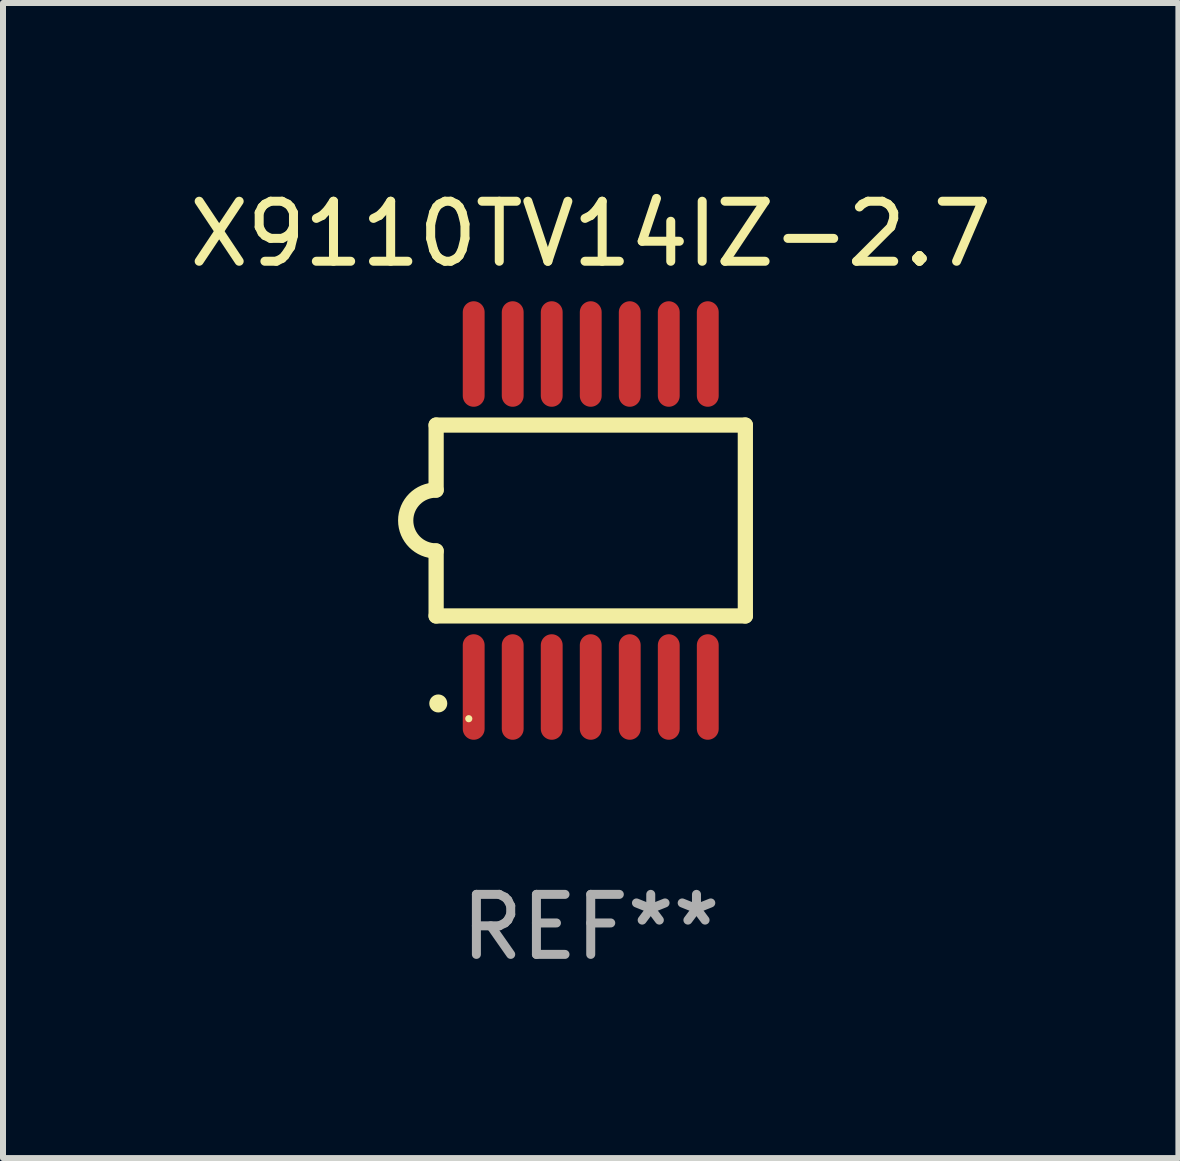
<source format=kicad_pcb>
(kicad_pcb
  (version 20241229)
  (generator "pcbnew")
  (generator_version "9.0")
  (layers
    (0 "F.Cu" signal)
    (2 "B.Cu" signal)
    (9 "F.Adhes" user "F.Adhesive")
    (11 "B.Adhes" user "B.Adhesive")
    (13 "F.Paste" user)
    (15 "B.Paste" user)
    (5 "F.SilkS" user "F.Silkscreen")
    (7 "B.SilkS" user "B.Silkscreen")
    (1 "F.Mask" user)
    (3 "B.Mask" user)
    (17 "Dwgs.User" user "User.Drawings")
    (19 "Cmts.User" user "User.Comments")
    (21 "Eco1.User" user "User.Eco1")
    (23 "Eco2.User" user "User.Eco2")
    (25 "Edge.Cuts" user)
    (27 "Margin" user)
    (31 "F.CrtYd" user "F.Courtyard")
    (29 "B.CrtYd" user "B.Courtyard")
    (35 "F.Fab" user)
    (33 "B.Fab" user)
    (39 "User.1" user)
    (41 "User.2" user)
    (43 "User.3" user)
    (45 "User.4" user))
  (footprint "X9110TV14IZ-2.7"
    (layer "F.Cu")
    (at 6.792 5.622)
    (property "Reference" "X9110TV14IZ-2.7" (at 0 -4.774 0) (layer "F.SilkS") (effects (font (size 1 1) (thickness 0.15))))
    (attr through_hole)
    (fp_line (start -2.576 -1.59) (end -2.576 -0.508) (stroke (width 0.254) (type solid)) (layer "F.SilkS"))
    (fp_line (start -2.576 -1.59) (end 2.576 -1.59) (stroke (width 0.254) (type solid)) (layer "F.SilkS"))
    (fp_line (start -2.576 1.59) (end -2.576 0.508) (stroke (width 0.254) (type solid)) (layer "F.SilkS"))
    (fp_line (start 2.576 -1.59) (end 2.576 1.59) (stroke (width 0.254) (type solid)) (layer "F.SilkS"))
    (fp_line (start 2.576 1.59) (end -2.576 1.59) (stroke (width 0.254) (type solid)) (layer "F.SilkS"))
    (fp_arc (start -2.576099 0.506706) (mid -3.081511 0) (end -2.576098 -0.506706) (stroke (width 0.254001) (type solid)) (layer "F.SilkS"))
    (fp_circle (center -2.54 3.048) (end -2.465 3.048) (stroke (width 0.15) (type solid)) (fill no) (layer "F.SilkS"))
    (fp_circle (center -2.032 3.302) (end -2.002 3.302) (stroke (width 0.06) (type solid)) (fill no) (layer "F.SilkS"))
    (fp_text user "REF**" (at 0 6.774 0) (layer "F.Fab") (effects (font (size 1 1) (thickness 0.15))))
    (pad "1" smd oval (at -1.95 2.774) (size 0.364 1.758) (layers "F.Cu" "F.Mask" "F.Paste"))
    (pad "2" smd oval (at -1.3 2.774) (size 0.364 1.758) (layers "F.Cu" "F.Mask" "F.Paste"))
    (pad "3" smd oval (at -0.65 2.774) (size 0.364 1.758) (layers "F.Cu" "F.Mask" "F.Paste"))
    (pad "4" smd oval (at 0 2.774) (size 0.364 1.758) (layers "F.Cu" "F.Mask" "F.Paste"))
    (pad "5" smd oval (at 0.65 2.774) (size 0.364 1.758) (layers "F.Cu" "F.Mask" "F.Paste"))
    (pad "6" smd oval (at 1.3 2.774) (size 0.364 1.758) (layers "F.Cu" "F.Mask" "F.Paste"))
    (pad "7" smd oval (at 1.95 2.774) (size 0.364 1.758) (layers "F.Cu" "F.Mask" "F.Paste"))
    (pad "8" smd oval (at 1.95 -2.774) (size 0.364 1.758) (layers "F.Cu" "F.Mask" "F.Paste"))
    (pad "9" smd oval (at 1.3 -2.774) (size 0.364 1.758) (layers "F.Cu" "F.Mask" "F.Paste"))
    (pad "10" smd oval (at 0.65 -2.774) (size 0.364 1.758) (layers "F.Cu" "F.Mask" "F.Paste"))
    (pad "11" smd oval (at 0 -2.774) (size 0.364 1.758) (layers "F.Cu" "F.Mask" "F.Paste"))
    (pad "12" smd oval (at -0.65 -2.774) (size 0.364 1.758) (layers "F.Cu" "F.Mask" "F.Paste"))
    (pad "13" smd oval (at -1.3 -2.774) (size 0.364 1.758) (layers "F.Cu" "F.Mask" "F.Paste"))
    (pad "14" smd oval (at -1.95 -2.774) (size 0.364 1.758) (layers "F.Cu" "F.Mask" "F.Paste")))
  (gr_rect
    (start -3 -3)
    (end 16.583 16.244)
    (stroke (width 0.1) (type default))
    (fill no)
    (layer "Edge.Cuts")))
</source>
